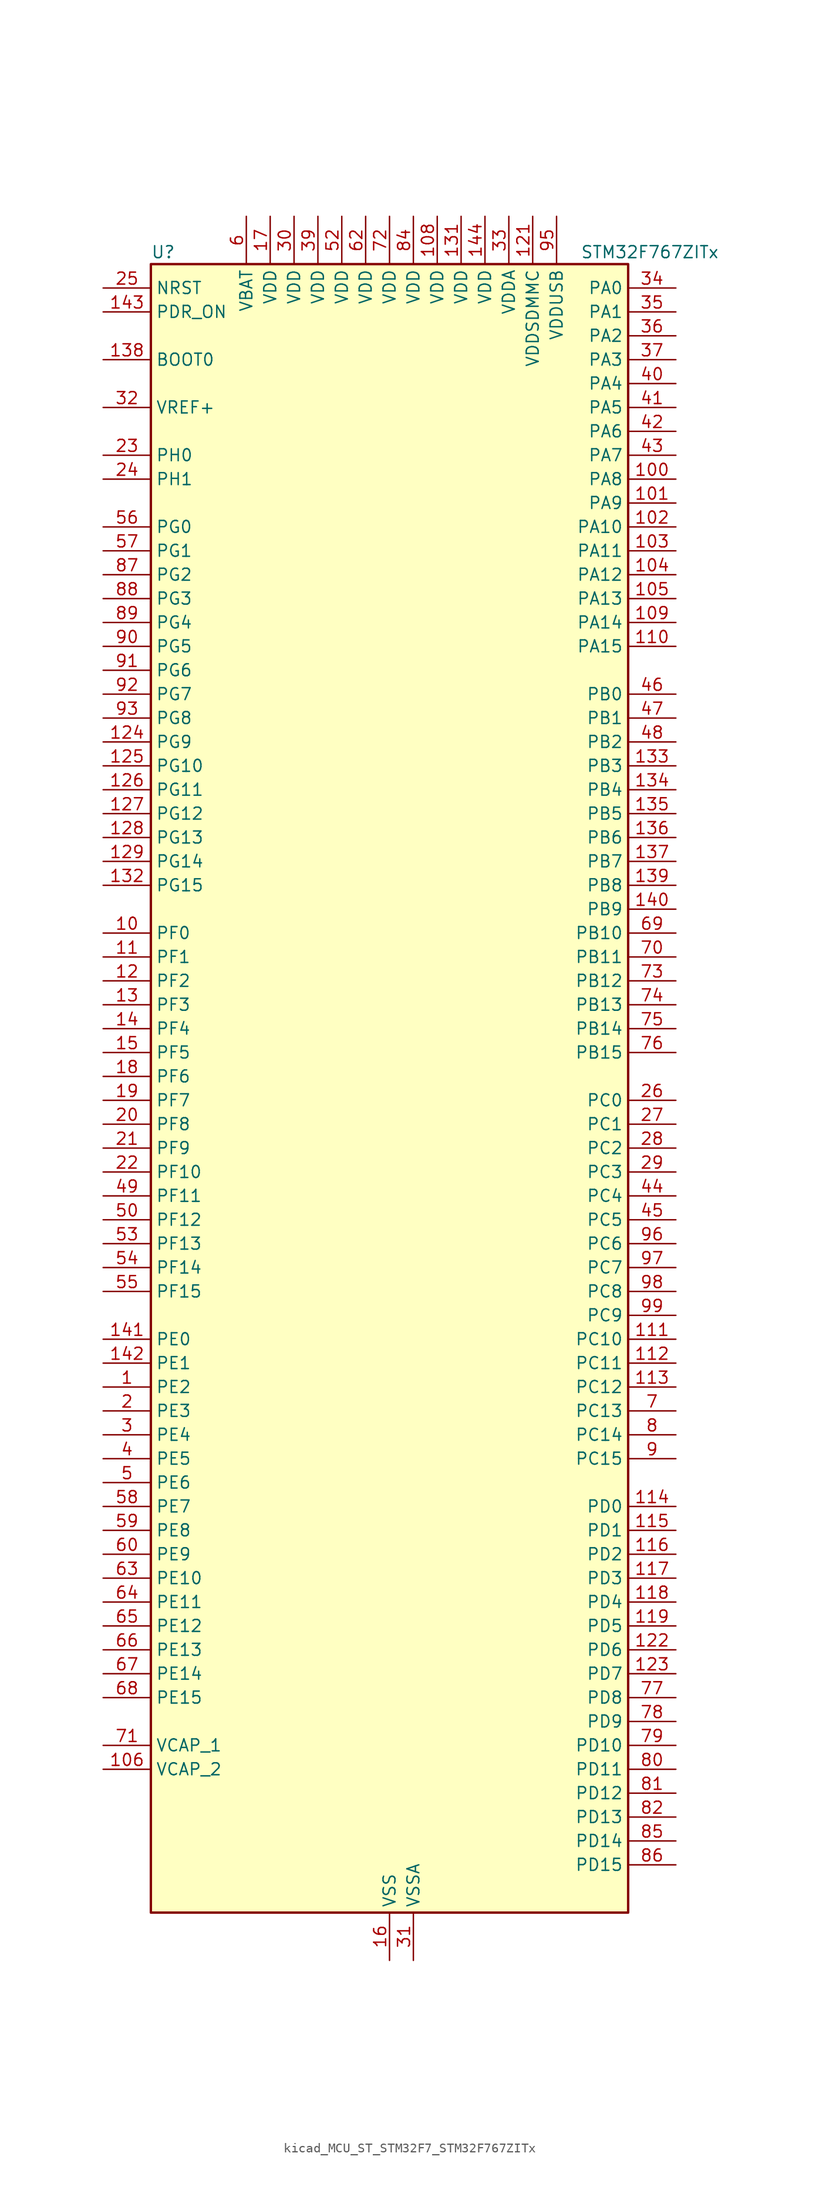
<source format=kicad_sym>
(kicad_symbol_lib
  (version 20220914)
  (generator kicad_symbol_editor)
  (symbol "kicad_MCU_ST_STM32F7_STM32F767ZITx"
    (property "Reference" "U"
      (at -25.4 90.17 0)
      (effects (font (size 1.27 1.27)) (justify left)))
    (property "Value" "STM32F767ZITx"
      (at 20.32 90.17 0)
      (effects (font (size 1.27 1.27)) (justify left)))
    (property "ki_locked" ""
      (at 0 0 0)
      (effects (font (size 1.27 1.27))))
    (symbol "kicad_MCU_ST_STM32F7_STM32F767ZITx_0_1"
      (rectangle (start -25.4 -86.36) (end 25.4 88.9) (stroke (width 0.254) (type default)) (fill (type background))))
    (symbol "kicad_MCU_ST_STM32F7_STM32F767ZITx_1_1"
      (pin bidirectional line (at -30.48 -30.48 0) (length 5.08) (name "PE2" (effects (font (size 1.27 1.27)))) (number "1" (effects (font (size 1.27 1.27)))) (alternate "ETH_TXD3" bidirectional line) (alternate "FMC_A23" bidirectional line) (alternate "QUADSPI_BK1_IO2" bidirectional line) (alternate "SAI1_MCLK_A" bidirectional line) (alternate "SPI4_SCK" bidirectional line) (alternate "SYS_TRACECLK" bidirectional line))
      (pin bidirectional line (at -30.48 17.78 0) (length 5.08) (name "PF0" (effects (font (size 1.27 1.27)))) (number "10" (effects (font (size 1.27 1.27)))) (alternate "FMC_A0" bidirectional line) (alternate "I2C2_SDA" bidirectional line))
      (pin bidirectional line (at 30.48 66.04 180) (length 5.08) (name "PA8" (effects (font (size 1.27 1.27)))) (number "100" (effects (font (size 1.27 1.27)))) (alternate "CAN3_RX" bidirectional line) (alternate "I2C3_SCL" bidirectional line) (alternate "LTDC_B3" bidirectional line) (alternate "LTDC_R6" bidirectional line) (alternate "RCC_MCO_1" bidirectional line) (alternate "TIM1_CH1" bidirectional line) (alternate "TIM8_BKIN2" bidirectional line) (alternate "UART7_RX" bidirectional line) (alternate "USART1_CK" bidirectional line) (alternate "USB_OTG_FS_SOF" bidirectional line))
      (pin bidirectional line (at 30.48 63.5 180) (length 5.08) (name "PA9" (effects (font (size 1.27 1.27)))) (number "101" (effects (font (size 1.27 1.27)))) (alternate "DAC_EXTI9" bidirectional line) (alternate "DCMI_D0" bidirectional line) (alternate "I2C3_SMBA" bidirectional line) (alternate "I2S2_CK" bidirectional line) (alternate "LTDC_R5" bidirectional line) (alternate "SPI2_SCK" bidirectional line) (alternate "TIM1_CH2" bidirectional line) (alternate "USART1_TX" bidirectional line) (alternate "USB_OTG_FS_VBUS" bidirectional line))
      (pin bidirectional line (at 30.48 60.96 180) (length 5.08) (name "PA10" (effects (font (size 1.27 1.27)))) (number "102" (effects (font (size 1.27 1.27)))) (alternate "DCMI_D1" bidirectional line) (alternate "LTDC_B1" bidirectional line) (alternate "LTDC_B4" bidirectional line) (alternate "MDIOS_MDIO" bidirectional line) (alternate "TIM1_CH3" bidirectional line) (alternate "USART1_RX" bidirectional line) (alternate "USB_OTG_FS_ID" bidirectional line))
      (pin bidirectional line (at 30.48 58.42 180) (length 5.08) (name "PA11" (effects (font (size 1.27 1.27)))) (number "103" (effects (font (size 1.27 1.27)))) (alternate "ADC1_EXTI11" bidirectional line) (alternate "ADC2_EXTI11" bidirectional line) (alternate "ADC3_EXTI11" bidirectional line) (alternate "CAN1_RX" bidirectional line) (alternate "I2S2_WS" bidirectional line) (alternate "LTDC_R4" bidirectional line) (alternate "SPI2_NSS" bidirectional line) (alternate "TIM1_CH4" bidirectional line) (alternate "UART4_RX" bidirectional line) (alternate "USART1_CTS" bidirectional line) (alternate "USB_OTG_FS_DM" bidirectional line))
      (pin bidirectional line (at 30.48 55.88 180) (length 5.08) (name "PA12" (effects (font (size 1.27 1.27)))) (number "104" (effects (font (size 1.27 1.27)))) (alternate "CAN1_TX" bidirectional line) (alternate "I2S2_CK" bidirectional line) (alternate "LTDC_R5" bidirectional line) (alternate "SAI2_FS_B" bidirectional line) (alternate "SPI2_SCK" bidirectional line) (alternate "TIM1_ETR" bidirectional line) (alternate "UART4_TX" bidirectional line) (alternate "USART1_DE" bidirectional line) (alternate "USART1_RTS" bidirectional line) (alternate "USB_OTG_FS_DP" bidirectional line))
      (pin bidirectional line (at 30.48 53.34 180) (length 5.08) (name "PA13" (effects (font (size 1.27 1.27)))) (number "105" (effects (font (size 1.27 1.27)))) (alternate "SYS_JTMS-SWDIO" bidirectional line))
      (pin power_out line (at -30.48 -71.12 0) (length 5.08) (name "VCAP_2" (effects (font (size 1.27 1.27)))) (number "106" (effects (font (size 1.27 1.27)))))
      (pin passive line (at 0 -91.44 90) (length 5.08) hide (name "VSS" (effects (font (size 1.27 1.27)))) (number "107" (effects (font (size 1.27 1.27)))))
      (pin power_in line (at 5.08 93.98 270) (length 5.08) (name "VDD" (effects (font (size 1.27 1.27)))) (number "108" (effects (font (size 1.27 1.27)))))
      (pin bidirectional line (at 30.48 50.8 180) (length 5.08) (name "PA14" (effects (font (size 1.27 1.27)))) (number "109" (effects (font (size 1.27 1.27)))) (alternate "SYS_JTCK-SWCLK" bidirectional line))
      (pin bidirectional line (at -30.48 15.24 0) (length 5.08) (name "PF1" (effects (font (size 1.27 1.27)))) (number "11" (effects (font (size 1.27 1.27)))) (alternate "FMC_A1" bidirectional line) (alternate "I2C2_SCL" bidirectional line))
      (pin bidirectional line (at 30.48 48.26 180) (length 5.08) (name "PA15" (effects (font (size 1.27 1.27)))) (number "110" (effects (font (size 1.27 1.27)))) (alternate "CAN3_TX" bidirectional line) (alternate "CEC" bidirectional line) (alternate "I2S1_WS" bidirectional line) (alternate "I2S3_WS" bidirectional line) (alternate "SPI1_NSS" bidirectional line) (alternate "SPI3_NSS" bidirectional line) (alternate "SPI6_NSS" bidirectional line) (alternate "SYS_JTDI" bidirectional line) (alternate "TIM2_CH1" bidirectional line) (alternate "TIM2_ETR" bidirectional line) (alternate "UART4_DE" bidirectional line) (alternate "UART4_RTS" bidirectional line) (alternate "UART7_TX" bidirectional line))
      (pin bidirectional line (at 30.48 -25.4 180) (length 5.08) (name "PC10" (effects (font (size 1.27 1.27)))) (number "111" (effects (font (size 1.27 1.27)))) (alternate "DCMI_D8" bidirectional line) (alternate "DFSDM1_CKIN5" bidirectional line) (alternate "I2S3_CK" bidirectional line) (alternate "LTDC_R2" bidirectional line) (alternate "QUADSPI_BK1_IO1" bidirectional line) (alternate "SDMMC1_D2" bidirectional line) (alternate "SPI3_SCK" bidirectional line) (alternate "UART4_TX" bidirectional line) (alternate "USART3_TX" bidirectional line))
      (pin bidirectional line (at 30.48 -27.94 180) (length 5.08) (name "PC11" (effects (font (size 1.27 1.27)))) (number "112" (effects (font (size 1.27 1.27)))) (alternate "ADC1_EXTI11" bidirectional line) (alternate "ADC2_EXTI11" bidirectional line) (alternate "ADC3_EXTI11" bidirectional line) (alternate "DCMI_D4" bidirectional line) (alternate "DFSDM1_DATIN5" bidirectional line) (alternate "QUADSPI_BK2_NCS" bidirectional line) (alternate "SDMMC1_D3" bidirectional line) (alternate "SPI3_MISO" bidirectional line) (alternate "UART4_RX" bidirectional line) (alternate "USART3_RX" bidirectional line))
      (pin bidirectional line (at 30.48 -30.48 180) (length 5.08) (name "PC12" (effects (font (size 1.27 1.27)))) (number "113" (effects (font (size 1.27 1.27)))) (alternate "DCMI_D9" bidirectional line) (alternate "I2S3_SD" bidirectional line) (alternate "SDMMC1_CK" bidirectional line) (alternate "SPI3_MOSI" bidirectional line) (alternate "SYS_TRACED3" bidirectional line) (alternate "UART5_TX" bidirectional line) (alternate "USART3_CK" bidirectional line))
      (pin bidirectional line (at 30.48 -43.18 180) (length 5.08) (name "PD0" (effects (font (size 1.27 1.27)))) (number "114" (effects (font (size 1.27 1.27)))) (alternate "CAN1_RX" bidirectional line) (alternate "DFSDM1_CKIN6" bidirectional line) (alternate "DFSDM1_DATIN7" bidirectional line) (alternate "FMC_D2" bidirectional line) (alternate "FMC_DA2" bidirectional line) (alternate "UART4_RX" bidirectional line))
      (pin bidirectional line (at 30.48 -45.72 180) (length 5.08) (name "PD1" (effects (font (size 1.27 1.27)))) (number "115" (effects (font (size 1.27 1.27)))) (alternate "CAN1_TX" bidirectional line) (alternate "DFSDM1_CKIN7" bidirectional line) (alternate "DFSDM1_DATIN6" bidirectional line) (alternate "FMC_D3" bidirectional line) (alternate "FMC_DA3" bidirectional line) (alternate "UART4_TX" bidirectional line))
      (pin bidirectional line (at 30.48 -48.26 180) (length 5.08) (name "PD2" (effects (font (size 1.27 1.27)))) (number "116" (effects (font (size 1.27 1.27)))) (alternate "DCMI_D11" bidirectional line) (alternate "SDMMC1_CMD" bidirectional line) (alternate "SYS_TRACED2" bidirectional line) (alternate "TIM3_ETR" bidirectional line) (alternate "UART5_RX" bidirectional line))
      (pin bidirectional line (at 30.48 -50.8 180) (length 5.08) (name "PD3" (effects (font (size 1.27 1.27)))) (number "117" (effects (font (size 1.27 1.27)))) (alternate "DCMI_D5" bidirectional line) (alternate "DFSDM1_CKOUT" bidirectional line) (alternate "DFSDM1_DATIN0" bidirectional line) (alternate "FMC_CLK" bidirectional line) (alternate "I2S2_CK" bidirectional line) (alternate "LTDC_G7" bidirectional line) (alternate "SPI2_SCK" bidirectional line) (alternate "USART2_CTS" bidirectional line))
      (pin bidirectional line (at 30.48 -53.34 180) (length 5.08) (name "PD4" (effects (font (size 1.27 1.27)))) (number "118" (effects (font (size 1.27 1.27)))) (alternate "DFSDM1_CKIN0" bidirectional line) (alternate "FMC_NOE" bidirectional line) (alternate "USART2_DE" bidirectional line) (alternate "USART2_RTS" bidirectional line))
      (pin bidirectional line (at 30.48 -55.88 180) (length 5.08) (name "PD5" (effects (font (size 1.27 1.27)))) (number "119" (effects (font (size 1.27 1.27)))) (alternate "FMC_NWE" bidirectional line) (alternate "USART2_TX" bidirectional line))
      (pin bidirectional line (at -30.48 12.7 0) (length 5.08) (name "PF2" (effects (font (size 1.27 1.27)))) (number "12" (effects (font (size 1.27 1.27)))) (alternate "FMC_A2" bidirectional line) (alternate "I2C2_SMBA" bidirectional line))
      (pin passive line (at 0 -91.44 90) (length 5.08) hide (name "VSS" (effects (font (size 1.27 1.27)))) (number "120" (effects (font (size 1.27 1.27)))))
      (pin power_in line (at 15.24 93.98 270) (length 5.08) (name "VDDSDMMC" (effects (font (size 1.27 1.27)))) (number "121" (effects (font (size 1.27 1.27)))))
      (pin bidirectional line (at 30.48 -58.42 180) (length 5.08) (name "PD6" (effects (font (size 1.27 1.27)))) (number "122" (effects (font (size 1.27 1.27)))) (alternate "DCMI_D10" bidirectional line) (alternate "DFSDM1_CKIN4" bidirectional line) (alternate "DFSDM1_DATIN1" bidirectional line) (alternate "FMC_NWAIT" bidirectional line) (alternate "I2S3_SD" bidirectional line) (alternate "LTDC_B2" bidirectional line) (alternate "SAI1_SD_A" bidirectional line) (alternate "SDMMC2_CK" bidirectional line) (alternate "SPI3_MOSI" bidirectional line) (alternate "USART2_RX" bidirectional line))
      (pin bidirectional line (at 30.48 -60.96 180) (length 5.08) (name "PD7" (effects (font (size 1.27 1.27)))) (number "123" (effects (font (size 1.27 1.27)))) (alternate "DFSDM1_CKIN1" bidirectional line) (alternate "DFSDM1_DATIN4" bidirectional line) (alternate "FMC_NE1" bidirectional line) (alternate "I2S1_SD" bidirectional line) (alternate "SDMMC2_CMD" bidirectional line) (alternate "SPDIFRX_IN0" bidirectional line) (alternate "SPI1_MOSI" bidirectional line) (alternate "USART2_CK" bidirectional line))
      (pin bidirectional line (at -30.48 38.1 0) (length 5.08) (name "PG9" (effects (font (size 1.27 1.27)))) (number "124" (effects (font (size 1.27 1.27)))) (alternate "DAC_EXTI9" bidirectional line) (alternate "DCMI_VSYNC" bidirectional line) (alternate "FMC_NCE" bidirectional line) (alternate "FMC_NE2" bidirectional line) (alternate "QUADSPI_BK2_IO2" bidirectional line) (alternate "SAI2_FS_B" bidirectional line) (alternate "SDMMC2_D0" bidirectional line) (alternate "SPDIFRX_IN3" bidirectional line) (alternate "SPI1_MISO" bidirectional line) (alternate "USART6_RX" bidirectional line))
      (pin bidirectional line (at -30.48 35.56 0) (length 5.08) (name "PG10" (effects (font (size 1.27 1.27)))) (number "125" (effects (font (size 1.27 1.27)))) (alternate "DCMI_D2" bidirectional line) (alternate "FMC_NE3" bidirectional line) (alternate "I2S1_WS" bidirectional line) (alternate "LTDC_B2" bidirectional line) (alternate "LTDC_G3" bidirectional line) (alternate "SAI2_SD_B" bidirectional line) (alternate "SDMMC2_D1" bidirectional line) (alternate "SPI1_NSS" bidirectional line))
      (pin bidirectional line (at -30.48 33.02 0) (length 5.08) (name "PG11" (effects (font (size 1.27 1.27)))) (number "126" (effects (font (size 1.27 1.27)))) (alternate "ADC1_EXTI11" bidirectional line) (alternate "ADC2_EXTI11" bidirectional line) (alternate "ADC3_EXTI11" bidirectional line) (alternate "DCMI_D3" bidirectional line) (alternate "ETH_TX_EN" bidirectional line) (alternate "I2S1_CK" bidirectional line) (alternate "LTDC_B3" bidirectional line) (alternate "SDMMC2_D2" bidirectional line) (alternate "SPDIFRX_IN0" bidirectional line) (alternate "SPI1_SCK" bidirectional line))
      (pin bidirectional line (at -30.48 30.48 0) (length 5.08) (name "PG12" (effects (font (size 1.27 1.27)))) (number "127" (effects (font (size 1.27 1.27)))) (alternate "FMC_NE4" bidirectional line) (alternate "LPTIM1_IN1" bidirectional line) (alternate "LTDC_B1" bidirectional line) (alternate "LTDC_B4" bidirectional line) (alternate "SDMMC2_D3" bidirectional line) (alternate "SPDIFRX_IN1" bidirectional line) (alternate "SPI6_MISO" bidirectional line) (alternate "USART6_DE" bidirectional line) (alternate "USART6_RTS" bidirectional line))
      (pin bidirectional line (at -30.48 27.94 0) (length 5.08) (name "PG13" (effects (font (size 1.27 1.27)))) (number "128" (effects (font (size 1.27 1.27)))) (alternate "ETH_TXD0" bidirectional line) (alternate "FMC_A24" bidirectional line) (alternate "LPTIM1_OUT" bidirectional line) (alternate "LTDC_R0" bidirectional line) (alternate "SPI6_SCK" bidirectional line) (alternate "SYS_TRACED0" bidirectional line) (alternate "USART6_CTS" bidirectional line))
      (pin bidirectional line (at -30.48 25.4 0) (length 5.08) (name "PG14" (effects (font (size 1.27 1.27)))) (number "129" (effects (font (size 1.27 1.27)))) (alternate "ETH_TXD1" bidirectional line) (alternate "FMC_A25" bidirectional line) (alternate "LPTIM1_ETR" bidirectional line) (alternate "LTDC_B0" bidirectional line) (alternate "QUADSPI_BK2_IO3" bidirectional line) (alternate "SPI6_MOSI" bidirectional line) (alternate "SYS_TRACED1" bidirectional line) (alternate "USART6_TX" bidirectional line))
      (pin bidirectional line (at -30.48 10.16 0) (length 5.08) (name "PF3" (effects (font (size 1.27 1.27)))) (number "13" (effects (font (size 1.27 1.27)))) (alternate "ADC3_IN9" bidirectional line) (alternate "FMC_A3" bidirectional line))
      (pin passive line (at 0 -91.44 90) (length 5.08) hide (name "VSS" (effects (font (size 1.27 1.27)))) (number "130" (effects (font (size 1.27 1.27)))))
      (pin power_in line (at 7.62 93.98 270) (length 5.08) (name "VDD" (effects (font (size 1.27 1.27)))) (number "131" (effects (font (size 1.27 1.27)))))
      (pin bidirectional line (at -30.48 22.86 0) (length 5.08) (name "PG15" (effects (font (size 1.27 1.27)))) (number "132" (effects (font (size 1.27 1.27)))) (alternate "DCMI_D13" bidirectional line) (alternate "FMC_SDNCAS" bidirectional line) (alternate "USART6_CTS" bidirectional line))
      (pin bidirectional line (at 30.48 35.56 180) (length 5.08) (name "PB3" (effects (font (size 1.27 1.27)))) (number "133" (effects (font (size 1.27 1.27)))) (alternate "CAN3_RX" bidirectional line) (alternate "I2S1_CK" bidirectional line) (alternate "I2S3_CK" bidirectional line) (alternate "SDMMC2_D2" bidirectional line) (alternate "SPI1_SCK" bidirectional line) (alternate "SPI3_SCK" bidirectional line) (alternate "SPI6_SCK" bidirectional line) (alternate "SYS_JTDO-SWO" bidirectional line) (alternate "TIM2_CH2" bidirectional line) (alternate "UART7_RX" bidirectional line))
      (pin bidirectional line (at 30.48 33.02 180) (length 5.08) (name "PB4" (effects (font (size 1.27 1.27)))) (number "134" (effects (font (size 1.27 1.27)))) (alternate "CAN3_TX" bidirectional line) (alternate "I2S2_WS" bidirectional line) (alternate "SDMMC2_D3" bidirectional line) (alternate "SPI1_MISO" bidirectional line) (alternate "SPI2_NSS" bidirectional line) (alternate "SPI3_MISO" bidirectional line) (alternate "SPI6_MISO" bidirectional line) (alternate "SYS_JTRST" bidirectional line) (alternate "TIM3_CH1" bidirectional line) (alternate "UART7_TX" bidirectional line))
      (pin bidirectional line (at 30.48 30.48 180) (length 5.08) (name "PB5" (effects (font (size 1.27 1.27)))) (number "135" (effects (font (size 1.27 1.27)))) (alternate "CAN2_RX" bidirectional line) (alternate "DCMI_D10" bidirectional line) (alternate "ETH_PPS_OUT" bidirectional line) (alternate "FMC_SDCKE1" bidirectional line) (alternate "I2C1_SMBA" bidirectional line) (alternate "I2S1_SD" bidirectional line) (alternate "I2S3_SD" bidirectional line) (alternate "LTDC_G7" bidirectional line) (alternate "SPI1_MOSI" bidirectional line) (alternate "SPI3_MOSI" bidirectional line) (alternate "SPI6_MOSI" bidirectional line) (alternate "TIM3_CH2" bidirectional line) (alternate "UART5_RX" bidirectional line) (alternate "USB_OTG_HS_ULPI_D7" bidirectional line))
      (pin bidirectional line (at 30.48 27.94 180) (length 5.08) (name "PB6" (effects (font (size 1.27 1.27)))) (number "136" (effects (font (size 1.27 1.27)))) (alternate "CAN2_TX" bidirectional line) (alternate "CEC" bidirectional line) (alternate "DCMI_D5" bidirectional line) (alternate "DFSDM1_DATIN5" bidirectional line) (alternate "FMC_SDNE1" bidirectional line) (alternate "I2C1_SCL" bidirectional line) (alternate "I2C4_SCL" bidirectional line) (alternate "QUADSPI_BK1_NCS" bidirectional line) (alternate "TIM4_CH1" bidirectional line) (alternate "UART5_TX" bidirectional line) (alternate "USART1_TX" bidirectional line))
      (pin bidirectional line (at 30.48 25.4 180) (length 5.08) (name "PB7" (effects (font (size 1.27 1.27)))) (number "137" (effects (font (size 1.27 1.27)))) (alternate "DCMI_VSYNC" bidirectional line) (alternate "DFSDM1_CKIN5" bidirectional line) (alternate "FMC_NL" bidirectional line) (alternate "I2C1_SDA" bidirectional line) (alternate "I2C4_SDA" bidirectional line) (alternate "TIM4_CH2" bidirectional line) (alternate "USART1_RX" bidirectional line))
      (pin input line (at -30.48 78.74 0) (length 5.08) (name "BOOT0" (effects (font (size 1.27 1.27)))) (number "138" (effects (font (size 1.27 1.27)))))
      (pin bidirectional line (at 30.48 22.86 180) (length 5.08) (name "PB8" (effects (font (size 1.27 1.27)))) (number "139" (effects (font (size 1.27 1.27)))) (alternate "CAN1_RX" bidirectional line) (alternate "DCMI_D6" bidirectional line) (alternate "DFSDM1_CKIN7" bidirectional line) (alternate "ETH_TXD3" bidirectional line) (alternate "I2C1_SCL" bidirectional line) (alternate "I2C4_SCL" bidirectional line) (alternate "LTDC_B6" bidirectional line) (alternate "SDMMC1_D4" bidirectional line) (alternate "SDMMC2_D4" bidirectional line) (alternate "TIM10_CH1" bidirectional line) (alternate "TIM4_CH3" bidirectional line) (alternate "UART5_RX" bidirectional line))
      (pin bidirectional line (at -30.48 7.62 0) (length 5.08) (name "PF4" (effects (font (size 1.27 1.27)))) (number "14" (effects (font (size 1.27 1.27)))) (alternate "ADC3_IN14" bidirectional line) (alternate "FMC_A4" bidirectional line))
      (pin bidirectional line (at 30.48 20.32 180) (length 5.08) (name "PB9" (effects (font (size 1.27 1.27)))) (number "140" (effects (font (size 1.27 1.27)))) (alternate "CAN1_TX" bidirectional line) (alternate "DAC_EXTI9" bidirectional line) (alternate "DCMI_D7" bidirectional line) (alternate "DFSDM1_DATIN7" bidirectional line) (alternate "I2C1_SDA" bidirectional line) (alternate "I2C4_SDA" bidirectional line) (alternate "I2C4_SMBA" bidirectional line) (alternate "I2S2_WS" bidirectional line) (alternate "LTDC_B7" bidirectional line) (alternate "SDMMC1_D5" bidirectional line) (alternate "SDMMC2_D5" bidirectional line) (alternate "SPI2_NSS" bidirectional line) (alternate "TIM11_CH1" bidirectional line) (alternate "TIM4_CH4" bidirectional line) (alternate "UART5_TX" bidirectional line))
      (pin bidirectional line (at -30.48 -25.4 0) (length 5.08) (name "PE0" (effects (font (size 1.27 1.27)))) (number "141" (effects (font (size 1.27 1.27)))) (alternate "DCMI_D2" bidirectional line) (alternate "FMC_NBL0" bidirectional line) (alternate "LPTIM1_ETR" bidirectional line) (alternate "SAI2_MCLK_A" bidirectional line) (alternate "TIM4_ETR" bidirectional line) (alternate "UART8_RX" bidirectional line))
      (pin bidirectional line (at -30.48 -27.94 0) (length 5.08) (name "PE1" (effects (font (size 1.27 1.27)))) (number "142" (effects (font (size 1.27 1.27)))) (alternate "DCMI_D3" bidirectional line) (alternate "FMC_NBL1" bidirectional line) (alternate "LPTIM1_IN2" bidirectional line) (alternate "UART8_TX" bidirectional line))
      (pin input line (at -30.48 83.82 0) (length 5.08) (name "PDR_ON" (effects (font (size 1.27 1.27)))) (number "143" (effects (font (size 1.27 1.27)))))
      (pin power_in line (at 10.16 93.98 270) (length 5.08) (name "VDD" (effects (font (size 1.27 1.27)))) (number "144" (effects (font (size 1.27 1.27)))))
      (pin bidirectional line (at -30.48 5.08 0) (length 5.08) (name "PF5" (effects (font (size 1.27 1.27)))) (number "15" (effects (font (size 1.27 1.27)))) (alternate "ADC3_IN15" bidirectional line) (alternate "FMC_A5" bidirectional line))
      (pin power_in line (at 0 -91.44 90) (length 5.08) (name "VSS" (effects (font (size 1.27 1.27)))) (number "16" (effects (font (size 1.27 1.27)))))
      (pin power_in line (at -12.7 93.98 270) (length 5.08) (name "VDD" (effects (font (size 1.27 1.27)))) (number "17" (effects (font (size 1.27 1.27)))))
      (pin bidirectional line (at -30.48 2.54 0) (length 5.08) (name "PF6" (effects (font (size 1.27 1.27)))) (number "18" (effects (font (size 1.27 1.27)))) (alternate "ADC3_IN4" bidirectional line) (alternate "QUADSPI_BK1_IO3" bidirectional line) (alternate "SAI1_SD_B" bidirectional line) (alternate "SPI5_NSS" bidirectional line) (alternate "TIM10_CH1" bidirectional line) (alternate "UART7_RX" bidirectional line))
      (pin bidirectional line (at -30.48 0 0) (length 5.08) (name "PF7" (effects (font (size 1.27 1.27)))) (number "19" (effects (font (size 1.27 1.27)))) (alternate "ADC3_IN5" bidirectional line) (alternate "QUADSPI_BK1_IO2" bidirectional line) (alternate "SAI1_MCLK_B" bidirectional line) (alternate "SPI5_SCK" bidirectional line) (alternate "TIM11_CH1" bidirectional line) (alternate "UART7_TX" bidirectional line))
      (pin bidirectional line (at -30.48 -33.02 0) (length 5.08) (name "PE3" (effects (font (size 1.27 1.27)))) (number "2" (effects (font (size 1.27 1.27)))) (alternate "FMC_A19" bidirectional line) (alternate "SAI1_SD_B" bidirectional line) (alternate "SYS_TRACED0" bidirectional line))
      (pin bidirectional line (at -30.48 -2.54 0) (length 5.08) (name "PF8" (effects (font (size 1.27 1.27)))) (number "20" (effects (font (size 1.27 1.27)))) (alternate "ADC3_IN6" bidirectional line) (alternate "QUADSPI_BK1_IO0" bidirectional line) (alternate "SAI1_SCK_B" bidirectional line) (alternate "SPI5_MISO" bidirectional line) (alternate "TIM13_CH1" bidirectional line) (alternate "UART7_DE" bidirectional line) (alternate "UART7_RTS" bidirectional line))
      (pin bidirectional line (at -30.48 -5.08 0) (length 5.08) (name "PF9" (effects (font (size 1.27 1.27)))) (number "21" (effects (font (size 1.27 1.27)))) (alternate "ADC3_IN7" bidirectional line) (alternate "DAC_EXTI9" bidirectional line) (alternate "QUADSPI_BK1_IO1" bidirectional line) (alternate "SAI1_FS_B" bidirectional line) (alternate "SPI5_MOSI" bidirectional line) (alternate "TIM14_CH1" bidirectional line) (alternate "UART7_CTS" bidirectional line))
      (pin bidirectional line (at -30.48 -7.62 0) (length 5.08) (name "PF10" (effects (font (size 1.27 1.27)))) (number "22" (effects (font (size 1.27 1.27)))) (alternate "ADC3_IN8" bidirectional line) (alternate "DCMI_D11" bidirectional line) (alternate "LTDC_DE" bidirectional line) (alternate "QUADSPI_CLK" bidirectional line))
      (pin bidirectional line (at -30.48 68.58 0) (length 5.08) (name "PH0" (effects (font (size 1.27 1.27)))) (number "23" (effects (font (size 1.27 1.27)))) (alternate "RCC_OSC_IN" bidirectional line))
      (pin bidirectional line (at -30.48 66.04 0) (length 5.08) (name "PH1" (effects (font (size 1.27 1.27)))) (number "24" (effects (font (size 1.27 1.27)))) (alternate "RCC_OSC_OUT" bidirectional line))
      (pin input line (at -30.48 86.36 0) (length 5.08) (name "NRST" (effects (font (size 1.27 1.27)))) (number "25" (effects (font (size 1.27 1.27)))))
      (pin bidirectional line (at 30.48 0 180) (length 5.08) (name "PC0" (effects (font (size 1.27 1.27)))) (number "26" (effects (font (size 1.27 1.27)))) (alternate "ADC1_IN10" bidirectional line) (alternate "ADC2_IN10" bidirectional line) (alternate "ADC3_IN10" bidirectional line) (alternate "DFSDM1_CKIN0" bidirectional line) (alternate "DFSDM1_DATIN4" bidirectional line) (alternate "FMC_SDNWE" bidirectional line) (alternate "LTDC_R5" bidirectional line) (alternate "SAI2_FS_B" bidirectional line) (alternate "USB_OTG_HS_ULPI_STP" bidirectional line))
      (pin bidirectional line (at 30.48 -2.54 180) (length 5.08) (name "PC1" (effects (font (size 1.27 1.27)))) (number "27" (effects (font (size 1.27 1.27)))) (alternate "ADC1_IN11" bidirectional line) (alternate "ADC2_IN11" bidirectional line) (alternate "ADC3_IN11" bidirectional line) (alternate "DFSDM1_CKIN4" bidirectional line) (alternate "DFSDM1_DATIN0" bidirectional line) (alternate "ETH_MDC" bidirectional line) (alternate "I2S2_SD" bidirectional line) (alternate "MDIOS_MDC" bidirectional line) (alternate "RTC_TAMP3" bidirectional line) (alternate "RTC_TS" bidirectional line) (alternate "SAI1_SD_A" bidirectional line) (alternate "SPI2_MOSI" bidirectional line) (alternate "SYS_TRACED0" bidirectional line) (alternate "SYS_WKUP3" bidirectional line))
      (pin bidirectional line (at 30.48 -5.08 180) (length 5.08) (name "PC2" (effects (font (size 1.27 1.27)))) (number "28" (effects (font (size 1.27 1.27)))) (alternate "ADC1_IN12" bidirectional line) (alternate "ADC2_IN12" bidirectional line) (alternate "ADC3_IN12" bidirectional line) (alternate "DFSDM1_CKIN1" bidirectional line) (alternate "DFSDM1_CKOUT" bidirectional line) (alternate "ETH_TXD2" bidirectional line) (alternate "FMC_SDNE0" bidirectional line) (alternate "SPI2_MISO" bidirectional line) (alternate "USB_OTG_HS_ULPI_DIR" bidirectional line))
      (pin bidirectional line (at 30.48 -7.62 180) (length 5.08) (name "PC3" (effects (font (size 1.27 1.27)))) (number "29" (effects (font (size 1.27 1.27)))) (alternate "ADC1_IN13" bidirectional line) (alternate "ADC2_IN13" bidirectional line) (alternate "ADC3_IN13" bidirectional line) (alternate "DFSDM1_DATIN1" bidirectional line) (alternate "ETH_TX_CLK" bidirectional line) (alternate "FMC_SDCKE0" bidirectional line) (alternate "I2S2_SD" bidirectional line) (alternate "SPI2_MOSI" bidirectional line) (alternate "USB_OTG_HS_ULPI_NXT" bidirectional line))
      (pin bidirectional line (at -30.48 -35.56 0) (length 5.08) (name "PE4" (effects (font (size 1.27 1.27)))) (number "3" (effects (font (size 1.27 1.27)))) (alternate "DCMI_D4" bidirectional line) (alternate "DFSDM1_DATIN3" bidirectional line) (alternate "FMC_A20" bidirectional line) (alternate "LTDC_B0" bidirectional line) (alternate "SAI1_FS_A" bidirectional line) (alternate "SPI4_NSS" bidirectional line) (alternate "SYS_TRACED1" bidirectional line))
      (pin power_in line (at -10.16 93.98 270) (length 5.08) (name "VDD" (effects (font (size 1.27 1.27)))) (number "30" (effects (font (size 1.27 1.27)))))
      (pin power_in line (at 2.54 -91.44 90) (length 5.08) (name "VSSA" (effects (font (size 1.27 1.27)))) (number "31" (effects (font (size 1.27 1.27)))))
      (pin input line (at -30.48 73.66 0) (length 5.08) (name "VREF+" (effects (font (size 1.27 1.27)))) (number "32" (effects (font (size 1.27 1.27)))))
      (pin power_in line (at 12.7 93.98 270) (length 5.08) (name "VDDA" (effects (font (size 1.27 1.27)))) (number "33" (effects (font (size 1.27 1.27)))))
      (pin bidirectional line (at 30.48 86.36 180) (length 5.08) (name "PA0" (effects (font (size 1.27 1.27)))) (number "34" (effects (font (size 1.27 1.27)))) (alternate "ADC1_IN0" bidirectional line) (alternate "ADC2_IN0" bidirectional line) (alternate "ADC3_IN0" bidirectional line) (alternate "ETH_CRS" bidirectional line) (alternate "SAI2_SD_B" bidirectional line) (alternate "SYS_WKUP1" bidirectional line) (alternate "TIM2_CH1" bidirectional line) (alternate "TIM2_ETR" bidirectional line) (alternate "TIM5_CH1" bidirectional line) (alternate "TIM8_ETR" bidirectional line) (alternate "UART4_TX" bidirectional line) (alternate "USART2_CTS" bidirectional line))
      (pin bidirectional line (at 30.48 83.82 180) (length 5.08) (name "PA1" (effects (font (size 1.27 1.27)))) (number "35" (effects (font (size 1.27 1.27)))) (alternate "ADC1_IN1" bidirectional line) (alternate "ADC2_IN1" bidirectional line) (alternate "ADC3_IN1" bidirectional line) (alternate "ETH_REF_CLK" bidirectional line) (alternate "ETH_RX_CLK" bidirectional line) (alternate "LTDC_R2" bidirectional line) (alternate "QUADSPI_BK1_IO3" bidirectional line) (alternate "SAI2_MCLK_B" bidirectional line) (alternate "TIM2_CH2" bidirectional line) (alternate "TIM5_CH2" bidirectional line) (alternate "UART4_RX" bidirectional line) (alternate "USART2_DE" bidirectional line) (alternate "USART2_RTS" bidirectional line))
      (pin bidirectional line (at 30.48 81.28 180) (length 5.08) (name "PA2" (effects (font (size 1.27 1.27)))) (number "36" (effects (font (size 1.27 1.27)))) (alternate "ADC1_IN2" bidirectional line) (alternate "ADC2_IN2" bidirectional line) (alternate "ADC3_IN2" bidirectional line) (alternate "ETH_MDIO" bidirectional line) (alternate "LTDC_R1" bidirectional line) (alternate "MDIOS_MDIO" bidirectional line) (alternate "SAI2_SCK_B" bidirectional line) (alternate "SYS_WKUP2" bidirectional line) (alternate "TIM2_CH3" bidirectional line) (alternate "TIM5_CH3" bidirectional line) (alternate "TIM9_CH1" bidirectional line) (alternate "USART2_TX" bidirectional line))
      (pin bidirectional line (at 30.48 78.74 180) (length 5.08) (name "PA3" (effects (font (size 1.27 1.27)))) (number "37" (effects (font (size 1.27 1.27)))) (alternate "ADC1_IN3" bidirectional line) (alternate "ADC2_IN3" bidirectional line) (alternate "ADC3_IN3" bidirectional line) (alternate "ETH_COL" bidirectional line) (alternate "LTDC_B2" bidirectional line) (alternate "LTDC_B5" bidirectional line) (alternate "TIM2_CH4" bidirectional line) (alternate "TIM5_CH4" bidirectional line) (alternate "TIM9_CH2" bidirectional line) (alternate "USART2_RX" bidirectional line) (alternate "USB_OTG_HS_ULPI_D0" bidirectional line))
      (pin passive line (at 0 -91.44 90) (length 5.08) hide (name "VSS" (effects (font (size 1.27 1.27)))) (number "38" (effects (font (size 1.27 1.27)))))
      (pin power_in line (at -7.62 93.98 270) (length 5.08) (name "VDD" (effects (font (size 1.27 1.27)))) (number "39" (effects (font (size 1.27 1.27)))))
      (pin bidirectional line (at -30.48 -38.1 0) (length 5.08) (name "PE5" (effects (font (size 1.27 1.27)))) (number "4" (effects (font (size 1.27 1.27)))) (alternate "DCMI_D6" bidirectional line) (alternate "DFSDM1_CKIN3" bidirectional line) (alternate "FMC_A21" bidirectional line) (alternate "LTDC_G0" bidirectional line) (alternate "SAI1_SCK_A" bidirectional line) (alternate "SPI4_MISO" bidirectional line) (alternate "SYS_TRACED2" bidirectional line) (alternate "TIM9_CH1" bidirectional line))
      (pin bidirectional line (at 30.48 76.2 180) (length 5.08) (name "PA4" (effects (font (size 1.27 1.27)))) (number "40" (effects (font (size 1.27 1.27)))) (alternate "ADC1_IN4" bidirectional line) (alternate "ADC2_IN4" bidirectional line) (alternate "DAC_OUT1" bidirectional line) (alternate "DCMI_HSYNC" bidirectional line) (alternate "I2S1_WS" bidirectional line) (alternate "I2S3_WS" bidirectional line) (alternate "LTDC_VSYNC" bidirectional line) (alternate "SPI1_NSS" bidirectional line) (alternate "SPI3_NSS" bidirectional line) (alternate "SPI6_NSS" bidirectional line) (alternate "USART2_CK" bidirectional line) (alternate "USB_OTG_HS_SOF" bidirectional line))
      (pin bidirectional line (at 30.48 73.66 180) (length 5.08) (name "PA5" (effects (font (size 1.27 1.27)))) (number "41" (effects (font (size 1.27 1.27)))) (alternate "ADC1_IN5" bidirectional line) (alternate "ADC2_IN5" bidirectional line) (alternate "DAC_OUT2" bidirectional line) (alternate "I2S1_CK" bidirectional line) (alternate "LTDC_R4" bidirectional line) (alternate "SPI1_SCK" bidirectional line) (alternate "SPI6_SCK" bidirectional line) (alternate "TIM2_CH1" bidirectional line) (alternate "TIM2_ETR" bidirectional line) (alternate "TIM8_CH1N" bidirectional line) (alternate "USB_OTG_HS_ULPI_CK" bidirectional line))
      (pin bidirectional line (at 30.48 71.12 180) (length 5.08) (name "PA6" (effects (font (size 1.27 1.27)))) (number "42" (effects (font (size 1.27 1.27)))) (alternate "ADC1_IN6" bidirectional line) (alternate "ADC2_IN6" bidirectional line) (alternate "DCMI_PIXCLK" bidirectional line) (alternate "LTDC_G2" bidirectional line) (alternate "MDIOS_MDC" bidirectional line) (alternate "SPI1_MISO" bidirectional line) (alternate "SPI6_MISO" bidirectional line) (alternate "TIM13_CH1" bidirectional line) (alternate "TIM1_BKIN" bidirectional line) (alternate "TIM3_CH1" bidirectional line) (alternate "TIM8_BKIN" bidirectional line))
      (pin bidirectional line (at 30.48 68.58 180) (length 5.08) (name "PA7" (effects (font (size 1.27 1.27)))) (number "43" (effects (font (size 1.27 1.27)))) (alternate "ADC1_IN7" bidirectional line) (alternate "ADC2_IN7" bidirectional line) (alternate "ETH_CRS_DV" bidirectional line) (alternate "ETH_RX_DV" bidirectional line) (alternate "FMC_SDNWE" bidirectional line) (alternate "I2S1_SD" bidirectional line) (alternate "SPI1_MOSI" bidirectional line) (alternate "SPI6_MOSI" bidirectional line) (alternate "TIM14_CH1" bidirectional line) (alternate "TIM1_CH1N" bidirectional line) (alternate "TIM3_CH2" bidirectional line) (alternate "TIM8_CH1N" bidirectional line))
      (pin bidirectional line (at 30.48 -10.16 180) (length 5.08) (name "PC4" (effects (font (size 1.27 1.27)))) (number "44" (effects (font (size 1.27 1.27)))) (alternate "ADC1_IN14" bidirectional line) (alternate "ADC2_IN14" bidirectional line) (alternate "DFSDM1_CKIN2" bidirectional line) (alternate "ETH_RXD0" bidirectional line) (alternate "FMC_SDNE0" bidirectional line) (alternate "I2S1_MCK" bidirectional line) (alternate "SPDIFRX_IN2" bidirectional line))
      (pin bidirectional line (at 30.48 -12.7 180) (length 5.08) (name "PC5" (effects (font (size 1.27 1.27)))) (number "45" (effects (font (size 1.27 1.27)))) (alternate "ADC1_IN15" bidirectional line) (alternate "ADC2_IN15" bidirectional line) (alternate "DFSDM1_DATIN2" bidirectional line) (alternate "ETH_RXD1" bidirectional line) (alternate "FMC_SDCKE0" bidirectional line) (alternate "SPDIFRX_IN3" bidirectional line))
      (pin bidirectional line (at 30.48 43.18 180) (length 5.08) (name "PB0" (effects (font (size 1.27 1.27)))) (number "46" (effects (font (size 1.27 1.27)))) (alternate "ADC1_IN8" bidirectional line) (alternate "ADC2_IN8" bidirectional line) (alternate "DFSDM1_CKOUT" bidirectional line) (alternate "ETH_RXD2" bidirectional line) (alternate "LTDC_G1" bidirectional line) (alternate "LTDC_R3" bidirectional line) (alternate "TIM1_CH2N" bidirectional line) (alternate "TIM3_CH3" bidirectional line) (alternate "TIM8_CH2N" bidirectional line) (alternate "UART4_CTS" bidirectional line) (alternate "USB_OTG_HS_ULPI_D1" bidirectional line))
      (pin bidirectional line (at 30.48 40.64 180) (length 5.08) (name "PB1" (effects (font (size 1.27 1.27)))) (number "47" (effects (font (size 1.27 1.27)))) (alternate "ADC1_IN9" bidirectional line) (alternate "ADC2_IN9" bidirectional line) (alternate "DFSDM1_DATIN1" bidirectional line) (alternate "ETH_RXD3" bidirectional line) (alternate "LTDC_G0" bidirectional line) (alternate "LTDC_R6" bidirectional line) (alternate "TIM1_CH3N" bidirectional line) (alternate "TIM3_CH4" bidirectional line) (alternate "TIM8_CH3N" bidirectional line) (alternate "USB_OTG_HS_ULPI_D2" bidirectional line))
      (pin bidirectional line (at 30.48 38.1 180) (length 5.08) (name "PB2" (effects (font (size 1.27 1.27)))) (number "48" (effects (font (size 1.27 1.27)))) (alternate "DFSDM1_CKIN1" bidirectional line) (alternate "I2S3_SD" bidirectional line) (alternate "QUADSPI_CLK" bidirectional line) (alternate "SAI1_SD_A" bidirectional line) (alternate "SPI3_MOSI" bidirectional line))
      (pin bidirectional line (at -30.48 -10.16 0) (length 5.08) (name "PF11" (effects (font (size 1.27 1.27)))) (number "49" (effects (font (size 1.27 1.27)))) (alternate "ADC1_EXTI11" bidirectional line) (alternate "ADC2_EXTI11" bidirectional line) (alternate "ADC3_EXTI11" bidirectional line) (alternate "DCMI_D12" bidirectional line) (alternate "FMC_SDNRAS" bidirectional line) (alternate "SAI2_SD_B" bidirectional line) (alternate "SPI5_MOSI" bidirectional line))
      (pin bidirectional line (at -30.48 -40.64 0) (length 5.08) (name "PE6" (effects (font (size 1.27 1.27)))) (number "5" (effects (font (size 1.27 1.27)))) (alternate "DCMI_D7" bidirectional line) (alternate "FMC_A22" bidirectional line) (alternate "LTDC_G1" bidirectional line) (alternate "SAI1_SD_A" bidirectional line) (alternate "SAI2_MCLK_B" bidirectional line) (alternate "SPI4_MOSI" bidirectional line) (alternate "SYS_TRACED3" bidirectional line) (alternate "TIM1_BKIN2" bidirectional line) (alternate "TIM9_CH2" bidirectional line))
      (pin bidirectional line (at -30.48 -12.7 0) (length 5.08) (name "PF12" (effects (font (size 1.27 1.27)))) (number "50" (effects (font (size 1.27 1.27)))) (alternate "FMC_A6" bidirectional line))
      (pin passive line (at 0 -91.44 90) (length 5.08) hide (name "VSS" (effects (font (size 1.27 1.27)))) (number "51" (effects (font (size 1.27 1.27)))))
      (pin power_in line (at -5.08 93.98 270) (length 5.08) (name "VDD" (effects (font (size 1.27 1.27)))) (number "52" (effects (font (size 1.27 1.27)))))
      (pin bidirectional line (at -30.48 -15.24 0) (length 5.08) (name "PF13" (effects (font (size 1.27 1.27)))) (number "53" (effects (font (size 1.27 1.27)))) (alternate "DFSDM1_DATIN6" bidirectional line) (alternate "FMC_A7" bidirectional line) (alternate "I2C4_SMBA" bidirectional line))
      (pin bidirectional line (at -30.48 -17.78 0) (length 5.08) (name "PF14" (effects (font (size 1.27 1.27)))) (number "54" (effects (font (size 1.27 1.27)))) (alternate "DFSDM1_CKIN6" bidirectional line) (alternate "FMC_A8" bidirectional line) (alternate "I2C4_SCL" bidirectional line))
      (pin bidirectional line (at -30.48 -20.32 0) (length 5.08) (name "PF15" (effects (font (size 1.27 1.27)))) (number "55" (effects (font (size 1.27 1.27)))) (alternate "FMC_A9" bidirectional line) (alternate "I2C4_SDA" bidirectional line))
      (pin bidirectional line (at -30.48 60.96 0) (length 5.08) (name "PG0" (effects (font (size 1.27 1.27)))) (number "56" (effects (font (size 1.27 1.27)))) (alternate "FMC_A10" bidirectional line))
      (pin bidirectional line (at -30.48 58.42 0) (length 5.08) (name "PG1" (effects (font (size 1.27 1.27)))) (number "57" (effects (font (size 1.27 1.27)))) (alternate "FMC_A11" bidirectional line))
      (pin bidirectional line (at -30.48 -43.18 0) (length 5.08) (name "PE7" (effects (font (size 1.27 1.27)))) (number "58" (effects (font (size 1.27 1.27)))) (alternate "DFSDM1_DATIN2" bidirectional line) (alternate "FMC_D4" bidirectional line) (alternate "FMC_DA4" bidirectional line) (alternate "QUADSPI_BK2_IO0" bidirectional line) (alternate "TIM1_ETR" bidirectional line) (alternate "UART7_RX" bidirectional line))
      (pin bidirectional line (at -30.48 -45.72 0) (length 5.08) (name "PE8" (effects (font (size 1.27 1.27)))) (number "59" (effects (font (size 1.27 1.27)))) (alternate "DFSDM1_CKIN2" bidirectional line) (alternate "FMC_D5" bidirectional line) (alternate "FMC_DA5" bidirectional line) (alternate "QUADSPI_BK2_IO1" bidirectional line) (alternate "TIM1_CH1N" bidirectional line) (alternate "UART7_TX" bidirectional line))
      (pin power_in line (at -15.24 93.98 270) (length 5.08) (name "VBAT" (effects (font (size 1.27 1.27)))) (number "6" (effects (font (size 1.27 1.27)))))
      (pin bidirectional line (at -30.48 -48.26 0) (length 5.08) (name "PE9" (effects (font (size 1.27 1.27)))) (number "60" (effects (font (size 1.27 1.27)))) (alternate "DAC_EXTI9" bidirectional line) (alternate "DFSDM1_CKOUT" bidirectional line) (alternate "FMC_D6" bidirectional line) (alternate "FMC_DA6" bidirectional line) (alternate "QUADSPI_BK2_IO2" bidirectional line) (alternate "TIM1_CH1" bidirectional line) (alternate "UART7_DE" bidirectional line) (alternate "UART7_RTS" bidirectional line))
      (pin passive line (at 0 -91.44 90) (length 5.08) hide (name "VSS" (effects (font (size 1.27 1.27)))) (number "61" (effects (font (size 1.27 1.27)))))
      (pin power_in line (at -2.54 93.98 270) (length 5.08) (name "VDD" (effects (font (size 1.27 1.27)))) (number "62" (effects (font (size 1.27 1.27)))))
      (pin bidirectional line (at -30.48 -50.8 0) (length 5.08) (name "PE10" (effects (font (size 1.27 1.27)))) (number "63" (effects (font (size 1.27 1.27)))) (alternate "DFSDM1_DATIN4" bidirectional line) (alternate "FMC_D7" bidirectional line) (alternate "FMC_DA7" bidirectional line) (alternate "QUADSPI_BK2_IO3" bidirectional line) (alternate "TIM1_CH2N" bidirectional line) (alternate "UART7_CTS" bidirectional line))
      (pin bidirectional line (at -30.48 -53.34 0) (length 5.08) (name "PE11" (effects (font (size 1.27 1.27)))) (number "64" (effects (font (size 1.27 1.27)))) (alternate "ADC1_EXTI11" bidirectional line) (alternate "ADC2_EXTI11" bidirectional line) (alternate "ADC3_EXTI11" bidirectional line) (alternate "DFSDM1_CKIN4" bidirectional line) (alternate "FMC_D8" bidirectional line) (alternate "FMC_DA8" bidirectional line) (alternate "LTDC_G3" bidirectional line) (alternate "SAI2_SD_B" bidirectional line) (alternate "SPI4_NSS" bidirectional line) (alternate "TIM1_CH2" bidirectional line))
      (pin bidirectional line (at -30.48 -55.88 0) (length 5.08) (name "PE12" (effects (font (size 1.27 1.27)))) (number "65" (effects (font (size 1.27 1.27)))) (alternate "DFSDM1_DATIN5" bidirectional line) (alternate "FMC_D9" bidirectional line) (alternate "FMC_DA9" bidirectional line) (alternate "LTDC_B4" bidirectional line) (alternate "SAI2_SCK_B" bidirectional line) (alternate "SPI4_SCK" bidirectional line) (alternate "TIM1_CH3N" bidirectional line))
      (pin bidirectional line (at -30.48 -58.42 0) (length 5.08) (name "PE13" (effects (font (size 1.27 1.27)))) (number "66" (effects (font (size 1.27 1.27)))) (alternate "DFSDM1_CKIN5" bidirectional line) (alternate "FMC_D10" bidirectional line) (alternate "FMC_DA10" bidirectional line) (alternate "LTDC_DE" bidirectional line) (alternate "SAI2_FS_B" bidirectional line) (alternate "SPI4_MISO" bidirectional line) (alternate "TIM1_CH3" bidirectional line))
      (pin bidirectional line (at -30.48 -60.96 0) (length 5.08) (name "PE14" (effects (font (size 1.27 1.27)))) (number "67" (effects (font (size 1.27 1.27)))) (alternate "FMC_D11" bidirectional line) (alternate "FMC_DA11" bidirectional line) (alternate "LTDC_CLK" bidirectional line) (alternate "SAI2_MCLK_B" bidirectional line) (alternate "SPI4_MOSI" bidirectional line) (alternate "TIM1_CH4" bidirectional line))
      (pin bidirectional line (at -30.48 -63.5 0) (length 5.08) (name "PE15" (effects (font (size 1.27 1.27)))) (number "68" (effects (font (size 1.27 1.27)))) (alternate "FMC_D12" bidirectional line) (alternate "FMC_DA12" bidirectional line) (alternate "LTDC_R7" bidirectional line) (alternate "TIM1_BKIN" bidirectional line))
      (pin bidirectional line (at 30.48 17.78 180) (length 5.08) (name "PB10" (effects (font (size 1.27 1.27)))) (number "69" (effects (font (size 1.27 1.27)))) (alternate "DFSDM1_DATIN7" bidirectional line) (alternate "ETH_RX_ER" bidirectional line) (alternate "I2C2_SCL" bidirectional line) (alternate "I2S2_CK" bidirectional line) (alternate "LTDC_G4" bidirectional line) (alternate "QUADSPI_BK1_NCS" bidirectional line) (alternate "SPI2_SCK" bidirectional line) (alternate "TIM2_CH3" bidirectional line) (alternate "USART3_TX" bidirectional line) (alternate "USB_OTG_HS_ULPI_D3" bidirectional line))
      (pin bidirectional line (at 30.48 -33.02 180) (length 5.08) (name "PC13" (effects (font (size 1.27 1.27)))) (number "7" (effects (font (size 1.27 1.27)))) (alternate "RTC_OUT" bidirectional line) (alternate "RTC_TAMP1" bidirectional line) (alternate "RTC_TS" bidirectional line) (alternate "SYS_WKUP4" bidirectional line))
      (pin bidirectional line (at 30.48 15.24 180) (length 5.08) (name "PB11" (effects (font (size 1.27 1.27)))) (number "70" (effects (font (size 1.27 1.27)))) (alternate "ADC1_EXTI11" bidirectional line) (alternate "ADC2_EXTI11" bidirectional line) (alternate "ADC3_EXTI11" bidirectional line) (alternate "DFSDM1_CKIN7" bidirectional line) (alternate "ETH_TX_EN" bidirectional line) (alternate "I2C2_SDA" bidirectional line) (alternate "LTDC_G5" bidirectional line) (alternate "TIM2_CH4" bidirectional line) (alternate "USART3_RX" bidirectional line) (alternate "USB_OTG_HS_ULPI_D4" bidirectional line))
      (pin power_out line (at -30.48 -68.58 0) (length 5.08) (name "VCAP_1" (effects (font (size 1.27 1.27)))) (number "71" (effects (font (size 1.27 1.27)))))
      (pin power_in line (at 0 93.98 270) (length 5.08) (name "VDD" (effects (font (size 1.27 1.27)))) (number "72" (effects (font (size 1.27 1.27)))))
      (pin bidirectional line (at 30.48 12.7 180) (length 5.08) (name "PB12" (effects (font (size 1.27 1.27)))) (number "73" (effects (font (size 1.27 1.27)))) (alternate "CAN2_RX" bidirectional line) (alternate "DFSDM1_DATIN1" bidirectional line) (alternate "ETH_TXD0" bidirectional line) (alternate "I2C2_SMBA" bidirectional line) (alternate "I2S2_WS" bidirectional line) (alternate "SPI2_NSS" bidirectional line) (alternate "TIM1_BKIN" bidirectional line) (alternate "UART5_RX" bidirectional line) (alternate "USART3_CK" bidirectional line) (alternate "USB_OTG_HS_ID" bidirectional line) (alternate "USB_OTG_HS_ULPI_D5" bidirectional line))
      (pin bidirectional line (at 30.48 10.16 180) (length 5.08) (name "PB13" (effects (font (size 1.27 1.27)))) (number "74" (effects (font (size 1.27 1.27)))) (alternate "CAN2_TX" bidirectional line) (alternate "DFSDM1_CKIN1" bidirectional line) (alternate "ETH_TXD1" bidirectional line) (alternate "I2S2_CK" bidirectional line) (alternate "SPI2_SCK" bidirectional line) (alternate "TIM1_CH1N" bidirectional line) (alternate "UART5_TX" bidirectional line) (alternate "USART3_CTS" bidirectional line) (alternate "USB_OTG_HS_ULPI_D6" bidirectional line) (alternate "USB_OTG_HS_VBUS" bidirectional line))
      (pin bidirectional line (at 30.48 7.62 180) (length 5.08) (name "PB14" (effects (font (size 1.27 1.27)))) (number "75" (effects (font (size 1.27 1.27)))) (alternate "DFSDM1_DATIN2" bidirectional line) (alternate "SDMMC2_D0" bidirectional line) (alternate "SPI2_MISO" bidirectional line) (alternate "TIM12_CH1" bidirectional line) (alternate "TIM1_CH2N" bidirectional line) (alternate "TIM8_CH2N" bidirectional line) (alternate "UART4_DE" bidirectional line) (alternate "UART4_RTS" bidirectional line) (alternate "USART1_TX" bidirectional line) (alternate "USART3_DE" bidirectional line) (alternate "USART3_RTS" bidirectional line) (alternate "USB_OTG_HS_DM" bidirectional line))
      (pin bidirectional line (at 30.48 5.08 180) (length 5.08) (name "PB15" (effects (font (size 1.27 1.27)))) (number "76" (effects (font (size 1.27 1.27)))) (alternate "DFSDM1_CKIN2" bidirectional line) (alternate "I2S2_SD" bidirectional line) (alternate "RTC_REFIN" bidirectional line) (alternate "SDMMC2_D1" bidirectional line) (alternate "SPI2_MOSI" bidirectional line) (alternate "TIM12_CH2" bidirectional line) (alternate "TIM1_CH3N" bidirectional line) (alternate "TIM8_CH3N" bidirectional line) (alternate "UART4_CTS" bidirectional line) (alternate "USART1_RX" bidirectional line) (alternate "USB_OTG_HS_DP" bidirectional line))
      (pin bidirectional line (at 30.48 -63.5 180) (length 5.08) (name "PD8" (effects (font (size 1.27 1.27)))) (number "77" (effects (font (size 1.27 1.27)))) (alternate "DFSDM1_CKIN3" bidirectional line) (alternate "FMC_D13" bidirectional line) (alternate "FMC_DA13" bidirectional line) (alternate "SPDIFRX_IN1" bidirectional line) (alternate "USART3_TX" bidirectional line))
      (pin bidirectional line (at 30.48 -66.04 180) (length 5.08) (name "PD9" (effects (font (size 1.27 1.27)))) (number "78" (effects (font (size 1.27 1.27)))) (alternate "DAC_EXTI9" bidirectional line) (alternate "DFSDM1_DATIN3" bidirectional line) (alternate "FMC_D14" bidirectional line) (alternate "FMC_DA14" bidirectional line) (alternate "USART3_RX" bidirectional line))
      (pin bidirectional line (at 30.48 -68.58 180) (length 5.08) (name "PD10" (effects (font (size 1.27 1.27)))) (number "79" (effects (font (size 1.27 1.27)))) (alternate "DFSDM1_CKOUT" bidirectional line) (alternate "FMC_D15" bidirectional line) (alternate "FMC_DA15" bidirectional line) (alternate "LTDC_B3" bidirectional line) (alternate "USART3_CK" bidirectional line))
      (pin bidirectional line (at 30.48 -35.56 180) (length 5.08) (name "PC14" (effects (font (size 1.27 1.27)))) (number "8" (effects (font (size 1.27 1.27)))) (alternate "RCC_OSC32_IN" bidirectional line))
      (pin bidirectional line (at 30.48 -71.12 180) (length 5.08) (name "PD11" (effects (font (size 1.27 1.27)))) (number "80" (effects (font (size 1.27 1.27)))) (alternate "ADC1_EXTI11" bidirectional line) (alternate "ADC2_EXTI11" bidirectional line) (alternate "ADC3_EXTI11" bidirectional line) (alternate "FMC_A16" bidirectional line) (alternate "FMC_CLE" bidirectional line) (alternate "I2C4_SMBA" bidirectional line) (alternate "QUADSPI_BK1_IO0" bidirectional line) (alternate "SAI2_SD_A" bidirectional line) (alternate "USART3_CTS" bidirectional line))
      (pin bidirectional line (at 30.48 -73.66 180) (length 5.08) (name "PD12" (effects (font (size 1.27 1.27)))) (number "81" (effects (font (size 1.27 1.27)))) (alternate "FMC_A17" bidirectional line) (alternate "FMC_ALE" bidirectional line) (alternate "I2C4_SCL" bidirectional line) (alternate "LPTIM1_IN1" bidirectional line) (alternate "QUADSPI_BK1_IO1" bidirectional line) (alternate "SAI2_FS_A" bidirectional line) (alternate "TIM4_CH1" bidirectional line) (alternate "USART3_DE" bidirectional line) (alternate "USART3_RTS" bidirectional line))
      (pin bidirectional line (at 30.48 -76.2 180) (length 5.08) (name "PD13" (effects (font (size 1.27 1.27)))) (number "82" (effects (font (size 1.27 1.27)))) (alternate "FMC_A18" bidirectional line) (alternate "I2C4_SDA" bidirectional line) (alternate "LPTIM1_OUT" bidirectional line) (alternate "QUADSPI_BK1_IO3" bidirectional line) (alternate "SAI2_SCK_A" bidirectional line) (alternate "TIM4_CH2" bidirectional line))
      (pin passive line (at 0 -91.44 90) (length 5.08) hide (name "VSS" (effects (font (size 1.27 1.27)))) (number "83" (effects (font (size 1.27 1.27)))))
      (pin power_in line (at 2.54 93.98 270) (length 5.08) (name "VDD" (effects (font (size 1.27 1.27)))) (number "84" (effects (font (size 1.27 1.27)))))
      (pin bidirectional line (at 30.48 -78.74 180) (length 5.08) (name "PD14" (effects (font (size 1.27 1.27)))) (number "85" (effects (font (size 1.27 1.27)))) (alternate "FMC_D0" bidirectional line) (alternate "FMC_DA0" bidirectional line) (alternate "TIM4_CH3" bidirectional line) (alternate "UART8_CTS" bidirectional line))
      (pin bidirectional line (at 30.48 -81.28 180) (length 5.08) (name "PD15" (effects (font (size 1.27 1.27)))) (number "86" (effects (font (size 1.27 1.27)))) (alternate "FMC_D1" bidirectional line) (alternate "FMC_DA1" bidirectional line) (alternate "TIM4_CH4" bidirectional line) (alternate "UART8_DE" bidirectional line) (alternate "UART8_RTS" bidirectional line))
      (pin bidirectional line (at -30.48 55.88 0) (length 5.08) (name "PG2" (effects (font (size 1.27 1.27)))) (number "87" (effects (font (size 1.27 1.27)))) (alternate "FMC_A12" bidirectional line))
      (pin bidirectional line (at -30.48 53.34 0) (length 5.08) (name "PG3" (effects (font (size 1.27 1.27)))) (number "88" (effects (font (size 1.27 1.27)))) (alternate "FMC_A13" bidirectional line))
      (pin bidirectional line (at -30.48 50.8 0) (length 5.08) (name "PG4" (effects (font (size 1.27 1.27)))) (number "89" (effects (font (size 1.27 1.27)))) (alternate "FMC_A14" bidirectional line) (alternate "FMC_BA0" bidirectional line))
      (pin bidirectional line (at 30.48 -38.1 180) (length 5.08) (name "PC15" (effects (font (size 1.27 1.27)))) (number "9" (effects (font (size 1.27 1.27)))) (alternate "RCC_OSC32_OUT" bidirectional line))
      (pin bidirectional line (at -30.48 48.26 0) (length 5.08) (name "PG5" (effects (font (size 1.27 1.27)))) (number "90" (effects (font (size 1.27 1.27)))) (alternate "FMC_A15" bidirectional line) (alternate "FMC_BA1" bidirectional line))
      (pin bidirectional line (at -30.48 45.72 0) (length 5.08) (name "PG6" (effects (font (size 1.27 1.27)))) (number "91" (effects (font (size 1.27 1.27)))) (alternate "DCMI_D12" bidirectional line) (alternate "FMC_NE3" bidirectional line) (alternate "LTDC_R7" bidirectional line))
      (pin bidirectional line (at -30.48 43.18 0) (length 5.08) (name "PG7" (effects (font (size 1.27 1.27)))) (number "92" (effects (font (size 1.27 1.27)))) (alternate "DCMI_D13" bidirectional line) (alternate "FMC_INT" bidirectional line) (alternate "LTDC_CLK" bidirectional line) (alternate "SAI1_MCLK_A" bidirectional line) (alternate "USART6_CK" bidirectional line))
      (pin bidirectional line (at -30.48 40.64 0) (length 5.08) (name "PG8" (effects (font (size 1.27 1.27)))) (number "93" (effects (font (size 1.27 1.27)))) (alternate "ETH_PPS_OUT" bidirectional line) (alternate "FMC_SDCLK" bidirectional line) (alternate "LTDC_G7" bidirectional line) (alternate "SPDIFRX_IN2" bidirectional line) (alternate "SPI6_NSS" bidirectional line) (alternate "USART6_DE" bidirectional line) (alternate "USART6_RTS" bidirectional line))
      (pin passive line (at 0 -91.44 90) (length 5.08) hide (name "VSS" (effects (font (size 1.27 1.27)))) (number "94" (effects (font (size 1.27 1.27)))))
      (pin power_in line (at 17.78 93.98 270) (length 5.08) (name "VDDUSB" (effects (font (size 1.27 1.27)))) (number "95" (effects (font (size 1.27 1.27)))))
      (pin bidirectional line (at 30.48 -15.24 180) (length 5.08) (name "PC6" (effects (font (size 1.27 1.27)))) (number "96" (effects (font (size 1.27 1.27)))) (alternate "DCMI_D0" bidirectional line) (alternate "DFSDM1_CKIN3" bidirectional line) (alternate "FMC_NWAIT" bidirectional line) (alternate "I2S2_MCK" bidirectional line) (alternate "LTDC_HSYNC" bidirectional line) (alternate "SDMMC1_D6" bidirectional line) (alternate "SDMMC2_D6" bidirectional line) (alternate "TIM3_CH1" bidirectional line) (alternate "TIM8_CH1" bidirectional line) (alternate "USART6_TX" bidirectional line))
      (pin bidirectional line (at 30.48 -17.78 180) (length 5.08) (name "PC7" (effects (font (size 1.27 1.27)))) (number "97" (effects (font (size 1.27 1.27)))) (alternate "DCMI_D1" bidirectional line) (alternate "DFSDM1_DATIN3" bidirectional line) (alternate "FMC_NE1" bidirectional line) (alternate "I2S3_MCK" bidirectional line) (alternate "LTDC_G6" bidirectional line) (alternate "SDMMC1_D7" bidirectional line) (alternate "SDMMC2_D7" bidirectional line) (alternate "TIM3_CH2" bidirectional line) (alternate "TIM8_CH2" bidirectional line) (alternate "USART6_RX" bidirectional line))
      (pin bidirectional line (at 30.48 -20.32 180) (length 5.08) (name "PC8" (effects (font (size 1.27 1.27)))) (number "98" (effects (font (size 1.27 1.27)))) (alternate "DCMI_D2" bidirectional line) (alternate "FMC_NCE" bidirectional line) (alternate "FMC_NE2" bidirectional line) (alternate "SDMMC1_D0" bidirectional line) (alternate "SYS_TRACED1" bidirectional line) (alternate "TIM3_CH3" bidirectional line) (alternate "TIM8_CH3" bidirectional line) (alternate "UART5_DE" bidirectional line) (alternate "UART5_RTS" bidirectional line) (alternate "USART6_CK" bidirectional line))
      (pin bidirectional line (at 30.48 -22.86 180) (length 5.08) (name "PC9" (effects (font (size 1.27 1.27)))) (number "99" (effects (font (size 1.27 1.27)))) (alternate "DAC_EXTI9" bidirectional line) (alternate "DCMI_D3" bidirectional line) (alternate "I2C3_SDA" bidirectional line) (alternate "I2S_CKIN" bidirectional line) (alternate "LTDC_B2" bidirectional line) (alternate "LTDC_G3" bidirectional line) (alternate "QUADSPI_BK1_IO0" bidirectional line) (alternate "RCC_MCO_2" bidirectional line) (alternate "SDMMC1_D1" bidirectional line) (alternate "TIM3_CH4" bidirectional line) (alternate "TIM8_CH4" bidirectional line) (alternate "UART5_CTS" bidirectional line)))))
</source>
